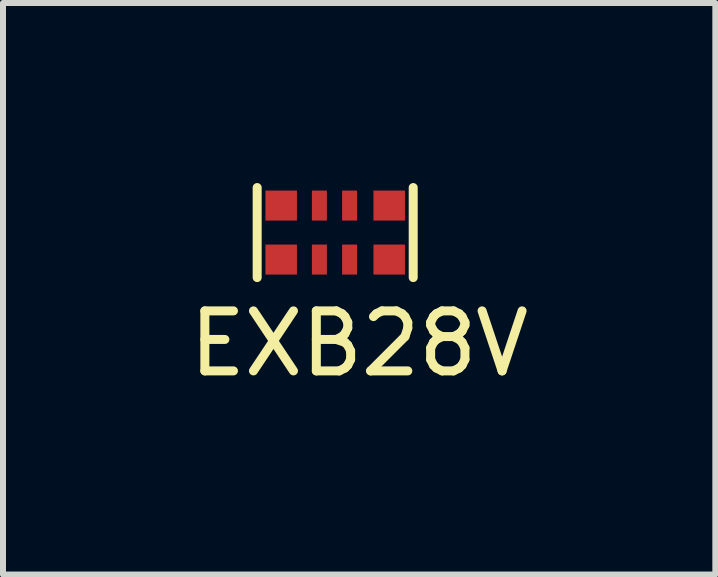
<source format=kicad_pcb>
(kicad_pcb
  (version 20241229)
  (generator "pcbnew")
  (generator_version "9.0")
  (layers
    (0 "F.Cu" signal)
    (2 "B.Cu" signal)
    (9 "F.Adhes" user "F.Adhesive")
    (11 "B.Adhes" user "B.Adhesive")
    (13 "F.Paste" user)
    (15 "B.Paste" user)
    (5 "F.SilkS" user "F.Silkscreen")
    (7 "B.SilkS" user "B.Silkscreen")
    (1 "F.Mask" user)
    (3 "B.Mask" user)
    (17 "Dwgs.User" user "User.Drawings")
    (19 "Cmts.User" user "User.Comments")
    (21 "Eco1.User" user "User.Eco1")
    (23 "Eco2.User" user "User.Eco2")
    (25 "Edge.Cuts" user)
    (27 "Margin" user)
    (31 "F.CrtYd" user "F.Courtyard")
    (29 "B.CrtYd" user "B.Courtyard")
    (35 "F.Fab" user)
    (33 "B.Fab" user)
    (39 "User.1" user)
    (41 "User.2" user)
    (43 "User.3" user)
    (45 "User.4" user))
  (footprint "EXB28V"
    (layer "F.Cu")
    (at 1.635 0.375)
    (property "Reference" "EXB28V" (at 1.3 2.3 0) (layer "F.SilkS") (effects (font (size 1 1) (thickness 0.15))))
    (attr through_hole)
    (fp_line (start -0.4 -0.3) (end -0.4 1.2) (stroke (width 0.15) (type solid)) (layer "F.SilkS"))
    (fp_line (start 2.2 -0.3) (end 2.2 1.2) (stroke (width 0.15) (type solid)) (layer "F.SilkS"))
    (pad "1" smd rect (at 0 0) (size 0.525 0.5) (layers "F.Cu" "F.Mask" "F.Paste"))
    (pad "2" smd rect (at 0.637 0) (size 0.25 0.5) (layers "F.Cu" "F.Mask" "F.Paste"))
    (pad "3" smd rect (at 1.14 0) (size 0.25 0.5) (layers "F.Cu" "F.Mask" "F.Paste"))
    (pad "4" smd rect (at 1.8 0) (size 0.525 0.5) (layers "F.Cu" "F.Mask" "F.Paste"))
    (pad "5" smd rect (at 1.8 0.9) (size 0.525 0.5) (layers "F.Cu" "F.Mask" "F.Paste"))
    (pad "6" smd rect (at 1.14 0.9) (size 0.25 0.5) (layers "F.Cu" "F.Mask" "F.Paste"))
    (pad "7" smd rect (at 0.637 0.9) (size 0.25 0.5) (layers "F.Cu" "F.Mask" "F.Paste"))
    (pad "8" smd rect (at 0 0.9) (size 0.525 0.5) (layers "F.Cu" "F.Mask" "F.Paste")))
  (gr_rect
    (start -3 -3)
    (end 8.869 6.523)
    (stroke (width 0.1) (type default))
    (fill no)
    (layer "Edge.Cuts")))
</source>
